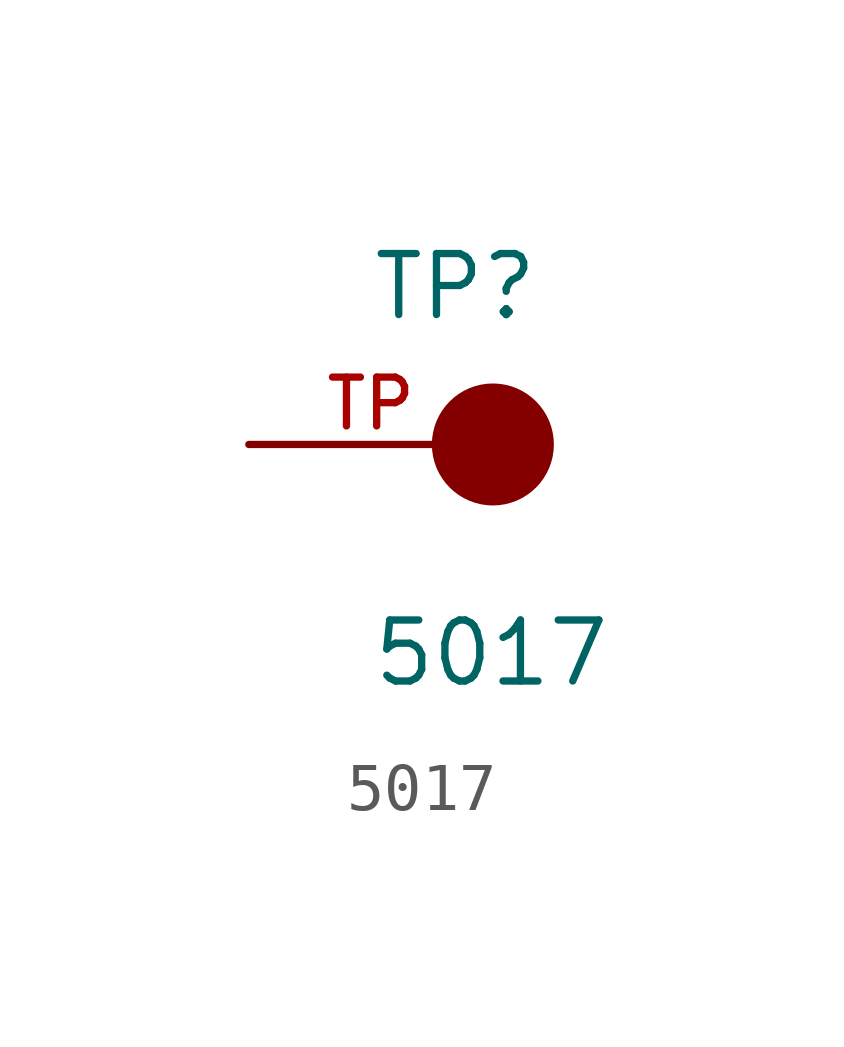
<source format=kicad_sym>
(kicad_symbol_lib
  (version 20211014)
  (generator kicad_symbol_editor)
  (symbol "5017"
    (pin_names
      (offset 1.016))
    (property "Reference" "TP"
      (at -2.544 2.541 0)
      (effects (font (size 1.27 1.27)) (justify bottom left)))
    (property "Value" "5017"
      (at -2.55 -5.087 0)
      (effects (font (size 1.27 1.27)) (justify bottom left)))
    (symbol "5017_0_0"
      (circle (center 0.0 0.0) (radius 0.635) (stroke (width 1.27)) (fill (type none)))
      (pin passive line (at -5.08 0.0 0) (length 5.08) (name "~" (effects (font (size 1.016 1.016)))) (number "TP" (effects (font (size 1.016 1.016))))))))
</source>
